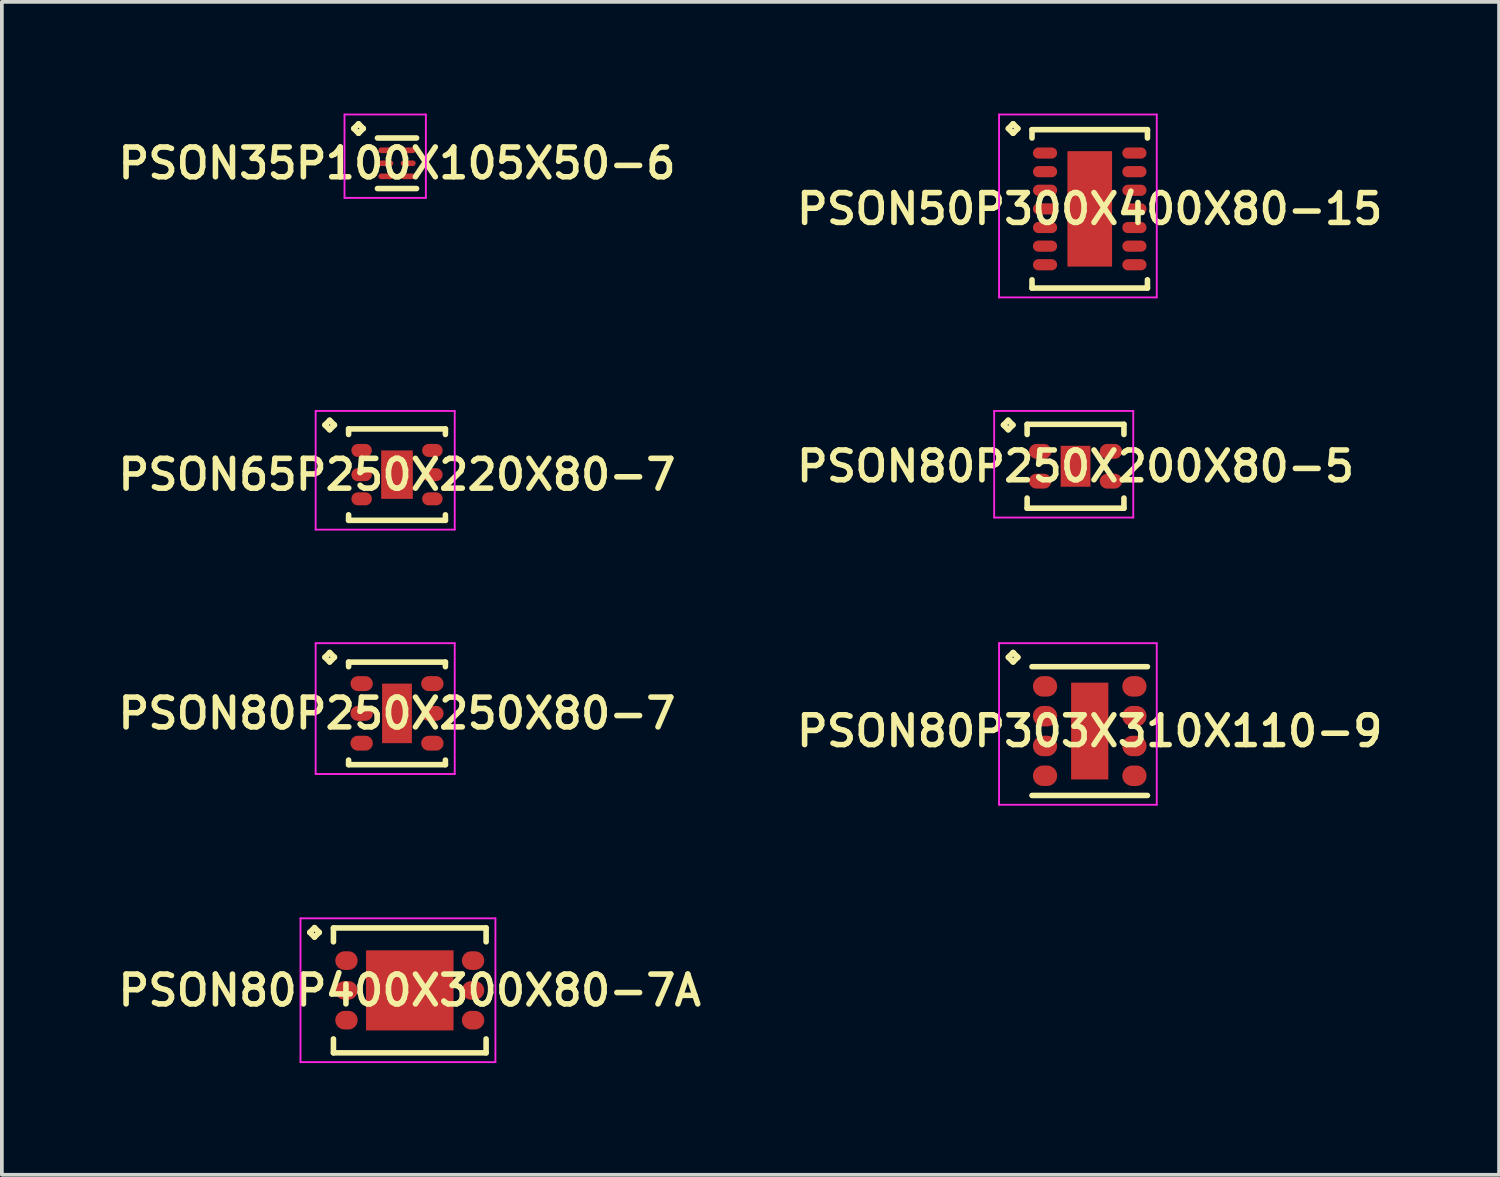
<source format=kicad_pcb>
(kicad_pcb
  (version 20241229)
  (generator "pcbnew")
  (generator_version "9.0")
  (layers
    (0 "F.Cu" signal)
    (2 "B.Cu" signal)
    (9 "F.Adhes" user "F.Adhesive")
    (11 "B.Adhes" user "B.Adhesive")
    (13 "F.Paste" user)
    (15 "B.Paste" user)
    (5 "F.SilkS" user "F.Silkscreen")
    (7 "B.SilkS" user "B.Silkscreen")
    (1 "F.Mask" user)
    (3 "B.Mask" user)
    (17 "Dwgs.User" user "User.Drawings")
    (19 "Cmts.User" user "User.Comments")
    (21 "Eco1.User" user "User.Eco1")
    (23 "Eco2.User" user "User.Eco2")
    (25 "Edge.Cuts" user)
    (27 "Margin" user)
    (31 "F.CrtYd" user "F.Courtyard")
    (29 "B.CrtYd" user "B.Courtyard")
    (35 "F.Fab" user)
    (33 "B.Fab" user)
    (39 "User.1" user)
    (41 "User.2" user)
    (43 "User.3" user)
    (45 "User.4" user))
  (footprint "PSON80P400X300X80-7A"
    (layer "F.Cu")
    (at 7.955 23.548)
    (property "Reference" "PSON80P400X300X80-7A" (at 0 0 0) (layer "F.SilkS") (effects (font (size 0.8 0.8) (thickness 0.15))))
    (attr smd)
    (fp_line (start -2.685 -1.558) (end -2.558 -1.685) (stroke (width 0.15) (type solid)) (layer "F.SilkS"))
    (fp_line (start -2.558 -1.685) (end -2.431 -1.558) (stroke (width 0.15) (type solid)) (layer "F.SilkS"))
    (fp_line (start -2.558 -1.431) (end -2.685 -1.558) (stroke (width 0.15) (type solid)) (layer "F.SilkS"))
    (fp_line (start -2.431 -1.558) (end -2.558 -1.431) (stroke (width 0.15) (type solid)) (layer "F.SilkS"))
    (fp_line (start -2.05 -1.677) (end 2.05 -1.677) (stroke (width 0.15) (type solid)) (layer "F.SilkS"))
    (fp_line (start -2.05 -1.304) (end -2.05 -1.677) (stroke (width 0.15) (type solid)) (layer "F.SilkS"))
    (fp_line (start -2.05 1.304) (end -2.05 1.677) (stroke (width 0.15) (type solid)) (layer "F.SilkS"))
    (fp_line (start -2.05 1.677) (end 2.05 1.677) (stroke (width 0.15) (type solid)) (layer "F.SilkS"))
    (fp_line (start 2.05 -1.677) (end 2.05 -1.304) (stroke (width 0.15) (type solid)) (layer "F.SilkS"))
    (fp_line (start 2.05 1.677) (end 2.05 1.304) (stroke (width 0.15) (type solid)) (layer "F.SilkS"))
    (fp_line (start -2.935 -1.935) (end 2.3 -1.935) (stroke (width 0.05) (type solid)) (layer "F.CrtYd"))
    (fp_line (start -2.935 1.927) (end -2.935 -1.935) (stroke (width 0.05) (type solid)) (layer "F.CrtYd"))
    (fp_line (start 2.3 -1.935) (end 2.3 1.927) (stroke (width 0.05) (type solid)) (layer "F.CrtYd"))
    (fp_line (start 2.3 1.927) (end -2.935 1.927) (stroke (width 0.05) (type solid)) (layer "F.CrtYd"))
    (pad "1" smd oval (at -1.7 -0.8) (size 0.6 0.5) (layers "F.Cu" "F.Mask" "F.Paste"))
    (pad "2" smd oval (at -1.7 0) (size 0.6 0.5) (layers "F.Cu" "F.Mask" "F.Paste"))
    (pad "3" smd oval (at -1.7 0.8) (size 0.6 0.5) (layers "F.Cu" "F.Mask" "F.Paste"))
    (pad "4" smd oval (at 1.7 0.8) (size 0.6 0.5) (layers "F.Cu" "F.Mask" "F.Paste"))
    (pad "5" smd oval (at 1.7 0) (size 0.6 0.5) (layers "F.Cu" "F.Mask" "F.Paste"))
    (pad "6" smd oval (at 1.7 -0.8) (size 0.6 0.5) (layers "F.Cu" "F.Mask" "F.Paste"))
    (pad "7" smd rect (at 0 0) (size 2.35 2.15) (layers "F.Cu" "F.Mask" "F.Paste")))
  (footprint "PSON50P300X400X80-15"
    (layer "F.Cu")
    (at 26.216 2.56)
    (property "Reference" "PSON50P300X400X80-15" (at 0 0 0) (layer "F.SilkS") (effects (font (size 0.8 0.8) (thickness 0.15))))
    (attr smd)
    (fp_line (start -2.185 -2.158) (end -2.058 -2.285) (stroke (width 0.15) (type solid)) (layer "F.SilkS"))
    (fp_line (start -2.058 -2.285) (end -1.931 -2.158) (stroke (width 0.15) (type solid)) (layer "F.SilkS"))
    (fp_line (start -2.058 -2.031) (end -2.185 -2.158) (stroke (width 0.15) (type solid)) (layer "F.SilkS"))
    (fp_line (start -1.931 -2.158) (end -2.058 -2.031) (stroke (width 0.15) (type solid)) (layer "F.SilkS"))
    (fp_line (start -1.55 -2.127) (end 1.55 -2.127) (stroke (width 0.15) (type solid)) (layer "F.SilkS"))
    (fp_line (start -1.55 -1.904) (end -1.55 -2.127) (stroke (width 0.15) (type solid)) (layer "F.SilkS"))
    (fp_line (start -1.55 1.904) (end -1.55 2.127) (stroke (width 0.15) (type solid)) (layer "F.SilkS"))
    (fp_line (start -1.55 2.127) (end 1.55 2.127) (stroke (width 0.15) (type solid)) (layer "F.SilkS"))
    (fp_line (start 1.55 -2.127) (end 1.55 -1.904) (stroke (width 0.15) (type solid)) (layer "F.SilkS"))
    (fp_line (start 1.55 2.127) (end 1.55 1.904) (stroke (width 0.15) (type solid)) (layer "F.SilkS"))
    (fp_line (start -2.435 -2.535) (end 1.8 -2.535) (stroke (width 0.05) (type solid)) (layer "F.CrtYd"))
    (fp_line (start -2.435 2.377) (end -2.435 -2.535) (stroke (width 0.05) (type solid)) (layer "F.CrtYd"))
    (fp_line (start 1.8 -2.535) (end 1.8 2.377) (stroke (width 0.05) (type solid)) (layer "F.CrtYd"))
    (fp_line (start 1.8 2.377) (end -2.435 2.377) (stroke (width 0.05) (type solid)) (layer "F.CrtYd"))
    (pad "1" smd oval (at -1.2 -1.5) (size 0.65 0.3) (layers "F.Cu" "F.Mask" "F.Paste"))
    (pad "2" smd oval (at -1.2 -1) (size 0.65 0.3) (layers "F.Cu" "F.Mask" "F.Paste"))
    (pad "3" smd oval (at -1.2 -0.5) (size 0.65 0.3) (layers "F.Cu" "F.Mask" "F.Paste"))
    (pad "4" smd oval (at -1.2 0) (size 0.65 0.3) (layers "F.Cu" "F.Mask" "F.Paste"))
    (pad "5" smd oval (at -1.2 0.5) (size 0.65 0.3) (layers "F.Cu" "F.Mask" "F.Paste"))
    (pad "6" smd oval (at -1.2 1) (size 0.65 0.3) (layers "F.Cu" "F.Mask" "F.Paste"))
    (pad "7" smd oval (at -1.2 1.5) (size 0.65 0.3) (layers "F.Cu" "F.Mask" "F.Paste"))
    (pad "8" smd oval (at 1.2 1.5) (size 0.65 0.3) (layers "F.Cu" "F.Mask" "F.Paste"))
    (pad "9" smd oval (at 1.2 1) (size 0.65 0.3) (layers "F.Cu" "F.Mask" "F.Paste"))
    (pad "10" smd oval (at 1.2 0.5) (size 0.65 0.3) (layers "F.Cu" "F.Mask" "F.Paste"))
    (pad "11" smd oval (at 1.2 0) (size 0.65 0.3) (layers "F.Cu" "F.Mask" "F.Paste"))
    (pad "12" smd oval (at 1.2 -0.5) (size 0.65 0.3) (layers "F.Cu" "F.Mask" "F.Paste"))
    (pad "13" smd oval (at 1.2 -1) (size 0.65 0.3) (layers "F.Cu" "F.Mask" "F.Paste"))
    (pad "14" smd oval (at 1.2 -1.5) (size 0.65 0.3) (layers "F.Cu" "F.Mask" "F.Paste"))
    (pad "15" smd rect (at 0 0) (size 1.2 3.1) (layers "F.Cu" "F.Mask" "F.Paste")))
  (footprint "PSON35P100X105X50-6"
    (layer "F.Cu")
    (at 7.612 1.335)
    (property "Reference" "PSON35P100X105X50-6" (at 0 0 0) (layer "F.SilkS") (effects (font (size 0.8 0.8) (thickness 0.15))))
    (attr smd)
    (fp_line (start -1.16 -0.933) (end -1.033 -1.06) (stroke (width 0.15) (type solid)) (layer "F.SilkS"))
    (fp_line (start -1.033 -1.06) (end -0.906 -0.933) (stroke (width 0.15) (type solid)) (layer "F.SilkS"))
    (fp_line (start -1.033 -0.806) (end -1.16 -0.933) (stroke (width 0.15) (type solid)) (layer "F.SilkS"))
    (fp_line (start -0.906 -0.933) (end -1.033 -0.806) (stroke (width 0.15) (type solid)) (layer "F.SilkS"))
    (fp_line (start -0.525 -0.679) (end 0.525 -0.679) (stroke (width 0.15) (type solid)) (layer "F.SilkS"))
    (fp_line (start -0.525 0.679) (end 0.525 0.679) (stroke (width 0.15) (type solid)) (layer "F.SilkS"))
    (fp_line (start -1.41 -1.31) (end 0.775 -1.31) (stroke (width 0.05) (type solid)) (layer "F.CrtYd"))
    (fp_line (start -1.41 0.929) (end -1.41 -1.31) (stroke (width 0.05) (type solid)) (layer "F.CrtYd"))
    (fp_line (start 0.775 -1.31) (end 0.775 0.929) (stroke (width 0.05) (type solid)) (layer "F.CrtYd"))
    (fp_line (start 0.775 0.929) (end -1.41 0.929) (stroke (width 0.05) (type solid)) (layer "F.CrtYd"))
    (pad "1" smd oval (at -0.3 -0.35) (size 0.4 0.15) (layers "F.Cu" "F.Mask" "F.Paste"))
    (pad "2" smd oval (at -0.3 0) (size 0.4 0.15) (layers "F.Cu" "F.Mask" "F.Paste"))
    (pad "3" smd oval (at -0.3 0.35) (size 0.4 0.15) (layers "F.Cu" "F.Mask" "F.Paste"))
    (pad "4" smd oval (at 0.3 0.35) (size 0.4 0.15) (layers "F.Cu" "F.Mask" "F.Paste"))
    (pad "5" smd oval (at 0.3 0) (size 0.4 0.15) (layers "F.Cu" "F.Mask" "F.Paste"))
    (pad "6" smd oval (at 0.3 -0.35) (size 0.4 0.15) (layers "F.Cu" "F.Mask" "F.Paste")))
  (footprint "PSON80P250X200X80-5"
    (layer "F.Cu")
    (at 25.835 9.472)
    (property "Reference" "PSON80P250X200X80-5" (at 0 0 0) (layer "F.SilkS") (effects (font (size 0.8 0.8) (thickness 0.15))))
    (attr smd)
    (fp_line (start -1.935 -1.108) (end -1.808 -1.235) (stroke (width 0.15) (type solid)) (layer "F.SilkS"))
    (fp_line (start -1.808 -1.235) (end -1.681 -1.108) (stroke (width 0.15) (type solid)) (layer "F.SilkS"))
    (fp_line (start -1.808 -0.981) (end -1.935 -1.108) (stroke (width 0.15) (type solid)) (layer "F.SilkS"))
    (fp_line (start -1.681 -1.108) (end -1.808 -0.981) (stroke (width 0.15) (type solid)) (layer "F.SilkS"))
    (fp_line (start -1.3 -1.127) (end 1.3 -1.127) (stroke (width 0.15) (type solid)) (layer "F.SilkS"))
    (fp_line (start -1.3 -0.854) (end -1.3 -1.127) (stroke (width 0.15) (type solid)) (layer "F.SilkS"))
    (fp_line (start -1.3 0.854) (end -1.3 1.127) (stroke (width 0.15) (type solid)) (layer "F.SilkS"))
    (fp_line (start -1.3 1.127) (end 1.3 1.127) (stroke (width 0.15) (type solid)) (layer "F.SilkS"))
    (fp_line (start 1.3 -1.127) (end 1.3 -0.854) (stroke (width 0.15) (type solid)) (layer "F.SilkS"))
    (fp_line (start 1.3 1.127) (end 1.3 0.854) (stroke (width 0.15) (type solid)) (layer "F.SilkS"))
    (fp_line (start -2.185 -1.485) (end 1.55 -1.485) (stroke (width 0.05) (type solid)) (layer "F.CrtYd"))
    (fp_line (start -2.185 1.377) (end -2.185 -1.485) (stroke (width 0.05) (type solid)) (layer "F.CrtYd"))
    (fp_line (start 1.55 -1.485) (end 1.55 1.377) (stroke (width 0.05) (type solid)) (layer "F.CrtYd"))
    (fp_line (start 1.55 1.377) (end -2.185 1.377) (stroke (width 0.05) (type solid)) (layer "F.CrtYd"))
    (pad "1" smd oval (at -0.95 -0.4) (size 0.6 0.4) (layers "F.Cu" "F.Mask" "F.Paste"))
    (pad "2" smd oval (at -0.95 0.4) (size 0.6 0.4) (layers "F.Cu" "F.Mask" "F.Paste"))
    (pad "3" smd oval (at 0.95 0.4) (size 0.6 0.4) (layers "F.Cu" "F.Mask" "F.Paste"))
    (pad "4" smd oval (at 0.95 -0.4) (size 0.6 0.4) (layers "F.Cu" "F.Mask" "F.Paste"))
    (pad "5" smd rect (at 0 0) (size 0.8 1.1) (layers "F.Cu" "F.Mask" "F.Paste")))
  (footprint "PSON80P250X250X80-7"
    (layer "F.Cu")
    (at 7.612 16.109)
    (property "Reference" "PSON80P250X250X80-7" (at 0 0 0) (layer "F.SilkS") (effects (font (size 0.8 0.8) (thickness 0.15))))
    (attr smd)
    (fp_line (start -1.935 -1.508) (end -1.808 -1.635) (stroke (width 0.15) (type solid)) (layer "F.SilkS"))
    (fp_line (start -1.808 -1.635) (end -1.681 -1.508) (stroke (width 0.15) (type solid)) (layer "F.SilkS"))
    (fp_line (start -1.808 -1.381) (end -1.935 -1.508) (stroke (width 0.15) (type solid)) (layer "F.SilkS"))
    (fp_line (start -1.681 -1.508) (end -1.808 -1.381) (stroke (width 0.15) (type solid)) (layer "F.SilkS"))
    (fp_line (start -1.3 -1.377) (end 1.3 -1.377) (stroke (width 0.15) (type solid)) (layer "F.SilkS"))
    (fp_line (start -1.3 -1.254) (end -1.3 -1.377) (stroke (width 0.15) (type solid)) (layer "F.SilkS"))
    (fp_line (start -1.3 1.254) (end -1.3 1.377) (stroke (width 0.15) (type solid)) (layer "F.SilkS"))
    (fp_line (start -1.3 1.377) (end 1.3 1.377) (stroke (width 0.15) (type solid)) (layer "F.SilkS"))
    (fp_line (start 1.3 -1.377) (end 1.3 -1.254) (stroke (width 0.15) (type solid)) (layer "F.SilkS"))
    (fp_line (start 1.3 1.377) (end 1.3 1.254) (stroke (width 0.15) (type solid)) (layer "F.SilkS"))
    (fp_line (start -2.185 -1.885) (end 1.55 -1.885) (stroke (width 0.05) (type solid)) (layer "F.CrtYd"))
    (fp_line (start -2.185 1.627) (end -2.185 -1.885) (stroke (width 0.05) (type solid)) (layer "F.CrtYd"))
    (fp_line (start 1.55 -1.885) (end 1.55 1.627) (stroke (width 0.05) (type solid)) (layer "F.CrtYd"))
    (fp_line (start 1.55 1.627) (end -2.185 1.627) (stroke (width 0.05) (type solid)) (layer "F.CrtYd"))
    (pad "1" smd oval (at -0.95 -0.8) (size 0.6 0.4) (layers "F.Cu" "F.Mask" "F.Paste"))
    (pad "2" smd oval (at -0.95 0) (size 0.6 0.4) (layers "F.Cu" "F.Mask" "F.Paste"))
    (pad "3" smd oval (at -0.95 0.8) (size 0.6 0.4) (layers "F.Cu" "F.Mask" "F.Paste"))
    (pad "4" smd oval (at 0.95 0.8) (size 0.6 0.4) (layers "F.Cu" "F.Mask" "F.Paste"))
    (pad "5" smd oval (at 0.95 0) (size 0.6 0.4) (layers "F.Cu" "F.Mask" "F.Paste"))
    (pad "6" smd oval (at 0.95 -0.8) (size 0.6 0.4) (layers "F.Cu" "F.Mask" "F.Paste"))
    (pad "7" smd rect (at 0 0) (size 0.8 1.6) (layers "F.Cu" "F.Mask" "F.Paste")))
  (footprint "PSON80P303X310X110-9"
    (layer "F.Cu")
    (at 26.216 16.584)
    (property "Reference" "PSON80P303X310X110-9" (at 0 0 0) (layer "F.SilkS") (effects (font (size 0.8 0.8) (thickness 0.15))))
    (attr smd)
    (fp_line (start -2.185 -1.983) (end -2.058 -2.11) (stroke (width 0.15) (type solid)) (layer "F.SilkS"))
    (fp_line (start -2.058 -2.11) (end -1.931 -1.983) (stroke (width 0.15) (type solid)) (layer "F.SilkS"))
    (fp_line (start -2.058 -1.856) (end -2.185 -1.983) (stroke (width 0.15) (type solid)) (layer "F.SilkS"))
    (fp_line (start -1.931 -1.983) (end -2.058 -1.856) (stroke (width 0.15) (type solid)) (layer "F.SilkS"))
    (fp_line (start -1.55 -1.729) (end 1.55 -1.729) (stroke (width 0.15) (type solid)) (layer "F.SilkS"))
    (fp_line (start -1.55 1.729) (end 1.55 1.729) (stroke (width 0.15) (type solid)) (layer "F.SilkS"))
    (fp_line (start -2.435 -2.36) (end 1.8 -2.36) (stroke (width 0.05) (type solid)) (layer "F.CrtYd"))
    (fp_line (start -2.435 1.979) (end -2.435 -2.36) (stroke (width 0.05) (type solid)) (layer "F.CrtYd"))
    (fp_line (start 1.8 -2.36) (end 1.8 1.979) (stroke (width 0.05) (type solid)) (layer "F.CrtYd"))
    (fp_line (start 1.8 1.979) (end -2.435 1.979) (stroke (width 0.05) (type solid)) (layer "F.CrtYd"))
    (pad "1" smd oval (at -1.2 -1.2) (size 0.65 0.55) (layers "F.Cu" "F.Mask" "F.Paste"))
    (pad "2" smd oval (at -1.2 -0.4) (size 0.65 0.55) (layers "F.Cu" "F.Mask" "F.Paste"))
    (pad "3" smd oval (at -1.2 0.4) (size 0.65 0.55) (layers "F.Cu" "F.Mask" "F.Paste"))
    (pad "4" smd oval (at -1.2 1.2) (size 0.65 0.55) (layers "F.Cu" "F.Mask" "F.Paste"))
    (pad "5" smd oval (at 1.2 1.2) (size 0.65 0.55) (layers "F.Cu" "F.Mask" "F.Paste"))
    (pad "6" smd oval (at 1.2 0.4) (size 0.65 0.55) (layers "F.Cu" "F.Mask" "F.Paste"))
    (pad "7" smd oval (at 1.2 -0.4) (size 0.65 0.55) (layers "F.Cu" "F.Mask" "F.Paste"))
    (pad "8" smd oval (at 1.2 -1.2) (size 0.65 0.55) (layers "F.Cu" "F.Mask" "F.Paste"))
    (pad "9" smd rect (at 0 0) (size 1 2.6) (layers "F.Cu" "F.Mask" "F.Paste")))
  (footprint "PSON65P250X220X80-7"
    (layer "F.Cu")
    (at 7.612 9.697)
    (property "Reference" "PSON65P250X220X80-7" (at 0 0 0) (layer "F.SilkS") (effects (font (size 0.8 0.8) (thickness 0.15))))
    (attr smd)
    (fp_line (start -1.935 -1.333) (end -1.808 -1.46) (stroke (width 0.15) (type solid)) (layer "F.SilkS"))
    (fp_line (start -1.808 -1.46) (end -1.681 -1.333) (stroke (width 0.15) (type solid)) (layer "F.SilkS"))
    (fp_line (start -1.808 -1.206) (end -1.935 -1.333) (stroke (width 0.15) (type solid)) (layer "F.SilkS"))
    (fp_line (start -1.681 -1.333) (end -1.808 -1.206) (stroke (width 0.15) (type solid)) (layer "F.SilkS"))
    (fp_line (start -1.3 -1.227) (end 1.3 -1.227) (stroke (width 0.15) (type solid)) (layer "F.SilkS"))
    (fp_line (start -1.3 -1.079) (end -1.3 -1.227) (stroke (width 0.15) (type solid)) (layer "F.SilkS"))
    (fp_line (start -1.3 1.079) (end -1.3 1.227) (stroke (width 0.15) (type solid)) (layer "F.SilkS"))
    (fp_line (start -1.3 1.227) (end 1.3 1.227) (stroke (width 0.15) (type solid)) (layer "F.SilkS"))
    (fp_line (start 1.3 -1.227) (end 1.3 -1.079) (stroke (width 0.15) (type solid)) (layer "F.SilkS"))
    (fp_line (start 1.3 1.227) (end 1.3 1.079) (stroke (width 0.15) (type solid)) (layer "F.SilkS"))
    (fp_line (start -2.185 -1.71) (end 1.55 -1.71) (stroke (width 0.05) (type solid)) (layer "F.CrtYd"))
    (fp_line (start -2.185 1.477) (end -2.185 -1.71) (stroke (width 0.05) (type solid)) (layer "F.CrtYd"))
    (fp_line (start 1.55 -1.71) (end 1.55 1.477) (stroke (width 0.05) (type solid)) (layer "F.CrtYd"))
    (fp_line (start 1.55 1.477) (end -2.185 1.477) (stroke (width 0.05) (type solid)) (layer "F.CrtYd"))
    (pad "1" smd oval (at -0.95 -0.65) (size 0.55 0.35) (layers "F.Cu" "F.Mask" "F.Paste"))
    (pad "2" smd oval (at -0.95 0) (size 0.55 0.35) (layers "F.Cu" "F.Mask" "F.Paste"))
    (pad "3" smd oval (at -0.95 0.65) (size 0.55 0.35) (layers "F.Cu" "F.Mask" "F.Paste"))
    (pad "4" smd oval (at 0.95 0.65) (size 0.55 0.35) (layers "F.Cu" "F.Mask" "F.Paste"))
    (pad "5" smd oval (at 0.95 0) (size 0.55 0.35) (layers "F.Cu" "F.Mask" "F.Paste"))
    (pad "6" smd oval (at 0.95 -0.65) (size 0.55 0.35) (layers "F.Cu" "F.Mask" "F.Paste"))
    (pad "7" smd rect (at 0 0) (size 0.85 1.3) (layers "F.Cu" "F.Mask" "F.Paste")))
  (gr_rect
    (start -3 -3)
    (end 37.209 28.5)
    (stroke (width 0.1) (type default))
    (fill no)
    (layer "Edge.Cuts")))
</source>
